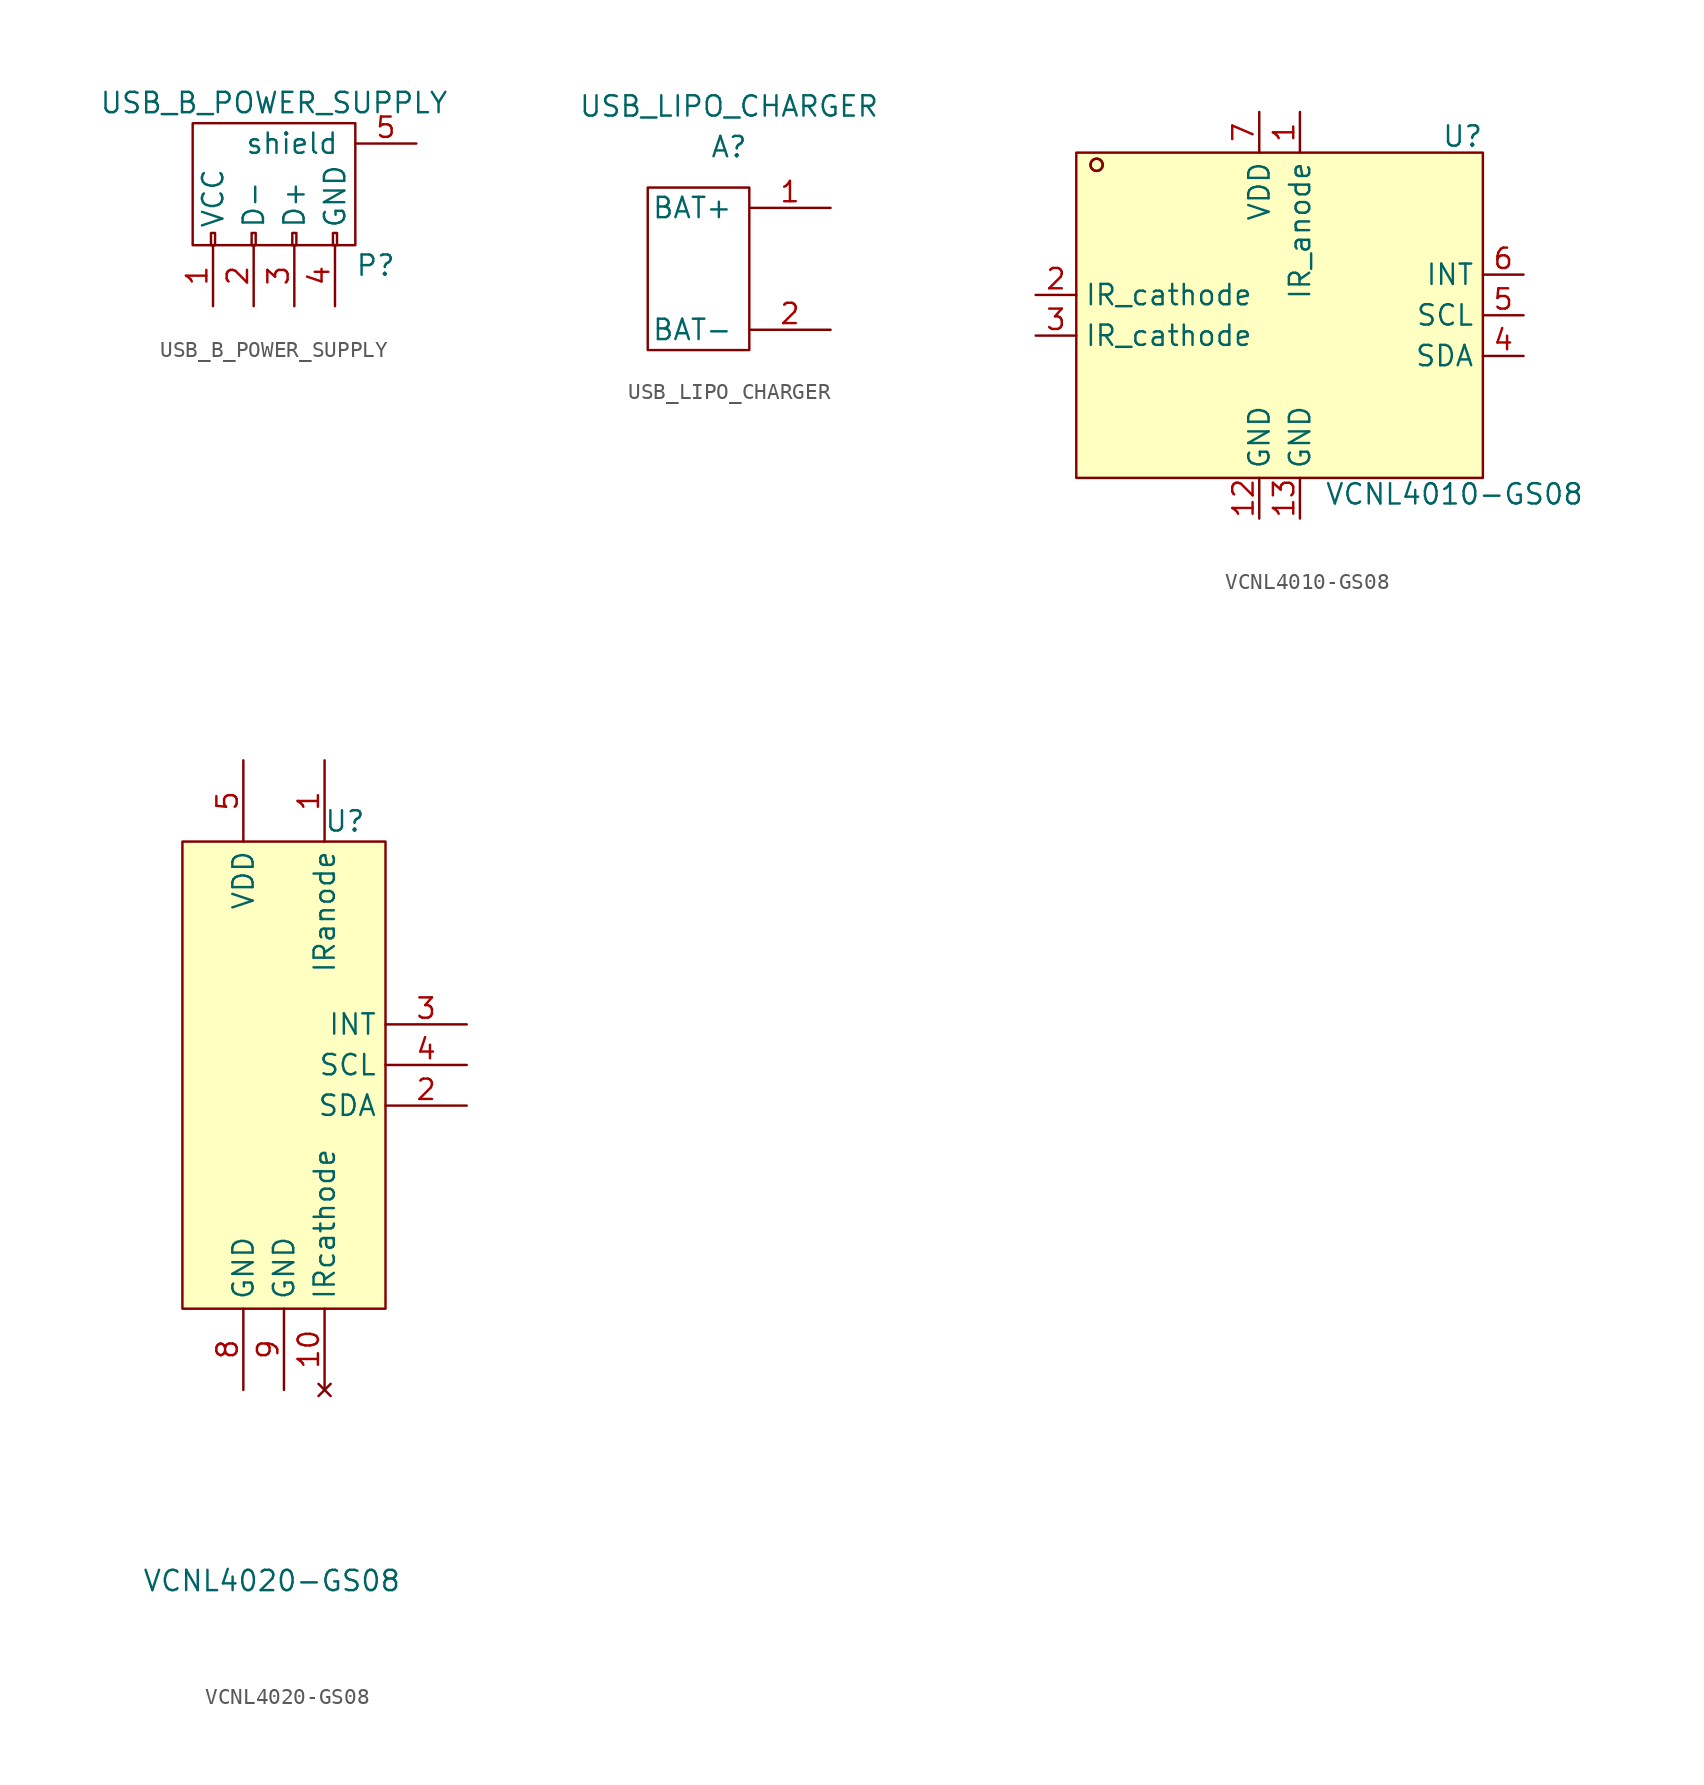
<source format=kicad_sym>
(kicad_symbol_lib
  (version 20231120)
  (generator "kicad_symbol_editor")
  (generator_version "8.0")
  (symbol "USB_B_POWER_SUPPLY"
    (pin_names
      (offset 1.016))
    (property "Reference" "P"
      (at 5.08 -5.08 0)
      (effects (font (size 1.27 1.27))))
    (property "Value" "USB_B_POWER_SUPPLY"
      (at -1.27 5.08 0)
      (effects (font (size 1.27 1.27))))
    (property "Footprint" ""
      (at -1.27 -2.54 90)
      (effects (font (size 1.27 1.27))))
    (property "Datasheet" ""
      (at -1.27 -2.54 90)
      (effects (font (size 1.27 1.27))))
    (symbol "USB_B_POWER_SUPPLY_0_1"
      (rectangle (start -6.35 -3.81) (end 3.81 3.81) (stroke (width 0) (type default)) (fill (type none)))
      (rectangle (start -5.207 -3.81) (end -4.953 -3.048) (stroke (width 0) (type default)) (fill (type none)))
      (rectangle (start -2.667 -3.81) (end -2.413 -3.048) (stroke (width 0) (type default)) (fill (type none)))
      (rectangle (start -0.127 -3.81) (end 0.127 -3.048) (stroke (width 0) (type default)) (fill (type none)))
      (rectangle (start 2.413 -3.81) (end 2.667 -3.048) (stroke (width 0) (type default)) (fill (type none))))
    (symbol "USB_B_POWER_SUPPLY_1_1"
      (pin power_out line (at -5.08 -7.62 90) (length 3.81) (name "VCC" (effects (font (size 1.27 1.27)))) (number "1" (effects (font (size 1.27 1.27)))))
      (pin passive line (at -2.54 -7.62 90) (length 3.81) (name "D-" (effects (font (size 1.27 1.27)))) (number "2" (effects (font (size 1.27 1.27)))))
      (pin passive line (at 0 -7.62 90) (length 3.81) (name "D+" (effects (font (size 1.27 1.27)))) (number "3" (effects (font (size 1.27 1.27)))))
      (pin power_out line (at 2.54 -7.62 90) (length 3.81) (name "GND" (effects (font (size 1.27 1.27)))) (number "4" (effects (font (size 1.27 1.27)))))
      (pin passive line (at 7.62 2.54 180) (length 3.81) (name "shield" (effects (font (size 1.27 1.27)))) (number "5" (effects (font (size 1.27 1.27)))))))
  (symbol "USB_LIPO_CHARGER"
    (pin_names
      (offset 1.016))
    (property "Reference" "A"
      (at 0 7.62 0)
      (effects (font (size 1.27 1.27))))
    (property "Value" "USB_LIPO_CHARGER"
      (at 0 10.16 0)
      (effects (font (size 1.27 1.27))))
    (symbol "USB_LIPO_CHARGER_0_1"
      (rectangle (start -5.08 5.08) (end 1.27 -5.08) (stroke (width 0) (type default)) (fill (type none))))
    (symbol "USB_LIPO_CHARGER_1_1"
      (pin bidirectional line (at 6.35 3.81 180) (length 5.08) (name "BAT+" (effects (font (size 1.27 1.27)))) (number "1" (effects (font (size 1.27 1.27)))))
      (pin bidirectional line (at 6.35 -3.81 180) (length 5.08) (name "BAT-" (effects (font (size 1.27 1.27)))) (number "2" (effects (font (size 1.27 1.27)))))))
  (symbol "VCNL4010-GS08"
    (property "Reference" "U"
      (at 11.43 11.176 0)
      (effects (font (size 1.27 1.27))))
    (property "Value" "VCNL4010-GS08"
      (at 10.922 -11.176 0)
      (effects (font (size 1.27 1.27))))
    (symbol "VCNL4010-GS08_0_1"
      (rectangle (start -12.7 10.16) (end 12.7 -10.16) (stroke (width 0) (type default)) (fill (type background)))
      (circle (center -11.43 9.4) (radius 0.38) (stroke (width 0) (type default)) (fill (type none)))
      (circle (center -11.43 9.4) (radius 0.38) (stroke (width 0) (type default)) (fill (type none))))
    (symbol "VCNL4010-GS08_1_1"
      (pin power_in line (at 1.27 12.7 270) (length 2.54) (name "IR_anode" (effects (font (size 1.27 1.27)))) (number "1" (effects (font (size 1.27 1.27)))))
      (pin no_connect line (at -15.24 -5.08 0) (length 2.54) hide (name "NC" (effects (font (size 1.27 1.27)))) (number "10" (effects (font (size 1.27 1.27)))))
      (pin no_connect line (at -15.24 -6.35 0) (length 2.54) hide (name "NC" (effects (font (size 1.27 1.27)))) (number "11" (effects (font (size 1.27 1.27)))))
      (pin power_in line (at -1.27 -12.7 90) (length 2.54) (name "GND" (effects (font (size 1.27 1.27)))) (number "12" (effects (font (size 1.27 1.27)))))
      (pin power_in line (at 1.27 -12.7 90) (length 2.54) (name "GND" (effects (font (size 1.27 1.27)))) (number "13" (effects (font (size 1.27 1.27)))))
      (pin passive line (at -15.24 1.27 0) (length 2.54) (name "IR_cathode" (effects (font (size 1.27 1.27)))) (number "2" (effects (font (size 1.27 1.27)))))
      (pin passive line (at -15.24 -1.27 0) (length 2.54) (name "IR_cathode" (effects (font (size 1.27 1.27)))) (number "3" (effects (font (size 1.27 1.27)))))
      (pin input line (at 15.24 -2.54 180) (length 2.54) (name "SDA" (effects (font (size 1.27 1.27)))) (number "4" (effects (font (size 1.27 1.27)))))
      (pin input line (at 15.24 0 180) (length 2.54) (name "SCL" (effects (font (size 1.27 1.27)))) (number "5" (effects (font (size 1.27 1.27)))))
      (pin open_collector line (at 15.24 2.54 180) (length 2.54) (name "INT" (effects (font (size 1.27 1.27)))) (number "6" (effects (font (size 1.27 1.27)))))
      (pin power_in line (at -1.27 12.7 270) (length 2.54) (name "VDD" (effects (font (size 1.27 1.27)))) (number "7" (effects (font (size 1.27 1.27)))))
      (pin no_connect line (at -15.24 -7.62 0) (length 2.54) hide (name "NC" (effects (font (size 1.27 1.27)))) (number "8" (effects (font (size 1.27 1.27)))))
      (pin no_connect line (at -15.24 -3.81 0) (length 2.54) hide (name "NC" (effects (font (size 1.27 1.27)))) (number "9" (effects (font (size 1.27 1.27)))))))
  (symbol "VCNL4020-GS08"
    (property "Reference" "U"
      (at 5.08 20.32 0)
      (effects (font (size 1.27 1.27))))
    (property "Value" "VCNL4020-GS08"
      (at 0.508 -27.178 0)
      (effects (font (size 1.27 1.27))))
    (symbol "VCNL4020-GS08_0_1"
      (pin power_in line (at 3.81 24.13 270) (length 5.08) (name "IRanode" (effects (font (size 1.27 1.27)))) (number "1" (effects (font (size 1.27 1.27)))))
      (pin no_connect line (at 3.81 -15.24 90) (length 5.08) (name "IRcathode" (effects (font (size 1.27 1.27)))) (number "10" (effects (font (size 1.27 1.27)))))
      (pin bidirectional line (at 12.7 2.54 180) (length 5.08) (name "SDA" (effects (font (size 1.27 1.27)))) (number "2" (effects (font (size 1.27 1.27)))))
      (pin output line (at 12.7 7.62 180) (length 5.08) (name "INT" (effects (font (size 1.27 1.27)))) (number "3" (effects (font (size 1.27 1.27)))))
      (pin input line (at 12.7 5.08 180) (length 5.08) (name "SCL" (effects (font (size 1.27 1.27)))) (number "4" (effects (font (size 1.27 1.27)))))
      (pin power_in line (at -1.27 24.13 270) (length 5.08) (name "VDD" (effects (font (size 1.27 1.27)))) (number "5" (effects (font (size 1.27 1.27)))))
      (pin power_in line (at -1.27 -15.24 90) (length 5.08) (name "GND" (effects (font (size 1.27 1.27)))) (number "8" (effects (font (size 1.27 1.27)))))
      (pin power_in line (at 1.27 -15.24 90) (length 5.08) (name "GND" (effects (font (size 1.27 1.27)))) (number "9" (effects (font (size 1.27 1.27))))))
    (symbol "VCNL4020-GS08_1_1"
      (rectangle (start -5.08 19.05) (end 7.62 -10.16) (stroke (width 0) (type default)) (fill (type background)))
      (pin no_connect line (at -10.16 7.62 0) (length 5.08) hide (name "NC" (effects (font (size 1.27 1.27)))) (number "6" (effects (font (size 1.27 1.27)))))
      (pin no_connect line (at -10.16 2.54 0) (length 5.08) hide (name "NC" (effects (font (size 1.27 1.27)))) (number "7" (effects (font (size 1.27 1.27))))))))
</source>
